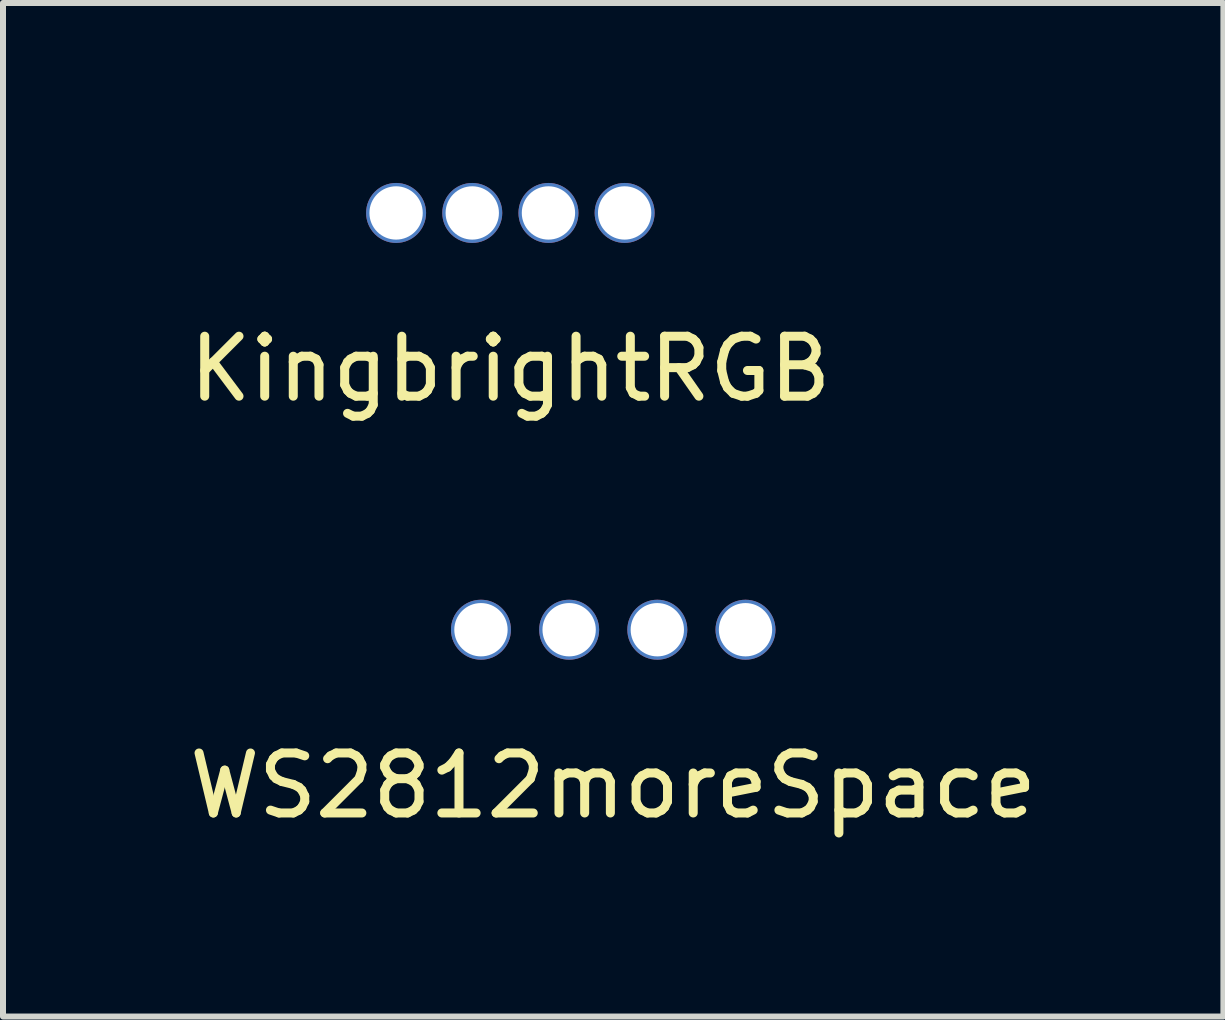
<source format=kicad_pcb>
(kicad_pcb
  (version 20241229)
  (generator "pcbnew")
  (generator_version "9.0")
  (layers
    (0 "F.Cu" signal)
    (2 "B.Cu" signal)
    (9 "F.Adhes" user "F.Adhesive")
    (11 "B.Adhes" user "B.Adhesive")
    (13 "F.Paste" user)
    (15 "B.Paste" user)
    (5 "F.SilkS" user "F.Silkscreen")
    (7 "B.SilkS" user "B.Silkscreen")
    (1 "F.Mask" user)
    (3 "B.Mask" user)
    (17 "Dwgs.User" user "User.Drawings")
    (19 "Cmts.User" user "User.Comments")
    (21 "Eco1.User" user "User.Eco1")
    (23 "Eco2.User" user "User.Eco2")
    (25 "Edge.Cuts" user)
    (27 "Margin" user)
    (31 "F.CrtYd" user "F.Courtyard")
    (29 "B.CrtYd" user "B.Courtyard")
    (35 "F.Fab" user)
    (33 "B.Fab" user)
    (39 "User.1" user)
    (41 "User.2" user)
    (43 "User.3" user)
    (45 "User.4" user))
  (footprint "KingbrightRGB"
    (layer "F.Cu")
    (at 5.458 0.5)
    (property "Reference" "KingbrightRGB" (at 0 2.6 0) (layer "F.SilkS") (effects (font (size 1 1) (thickness 0.15))))
    (attr through_hole)
    (pad "1" thru_hole circle (at -1.905 0) (size 1 1) (drill 0.889) (layers "*.Cu" "*.Mask"))
    (pad "2" thru_hole circle (at -0.635 0) (size 1 1) (drill 0.889) (layers "*.Cu" "*.Mask"))
    (pad "3" thru_hole circle (at 0.635 0) (size 1 1) (drill 0.889) (layers "*.Cu" "*.Mask"))
    (pad "4" thru_hole circle (at 1.905 0) (size 1 1) (drill 0.889) (layers "*.Cu" "*.Mask")))
  (footprint "WS2812moreSpace"
    (layer "F.Cu")
    (at 7.173 7.448)
    (property "Reference" "WS2812moreSpace" (at 0 2.6 0) (layer "F.SilkS") (effects (font (size 1 1) (thickness 0.15))))
    (attr through_hole)
    (pad "1" thru_hole circle (at -2.205 0) (size 1 1) (drill 0.889) (layers "*.Cu" "*.Mask"))
    (pad "2" thru_hole circle (at -0.735 0) (size 1 1) (drill 0.889) (layers "*.Cu" "*.Mask"))
    (pad "3" thru_hole circle (at 0.735 0) (size 1 1) (drill 0.889) (layers "*.Cu" "*.Mask"))
    (pad "4" thru_hole circle (at 2.205 0) (size 1 1) (drill 0.889) (layers "*.Cu" "*.Mask")))
  (gr_rect
    (start -3 -3)
    (end 17.345 13.896)
    (stroke (width 0.1) (type default))
    (fill no)
    (layer "Edge.Cuts")))
</source>
